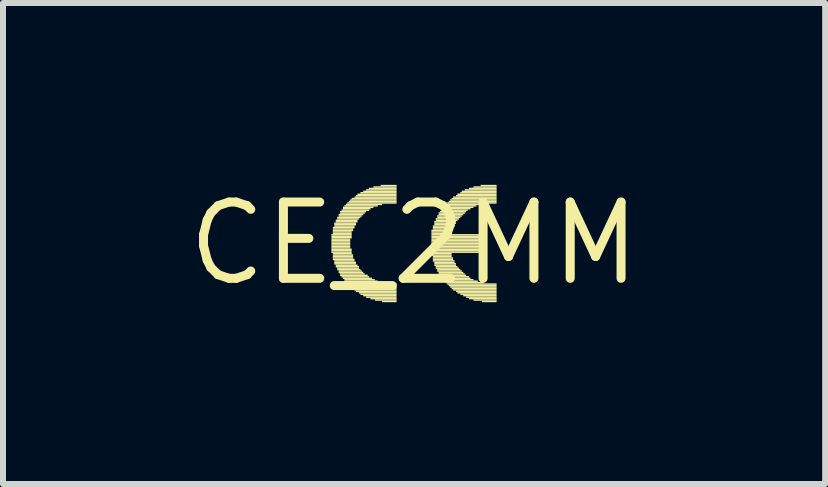
<source format=kicad_pcb>
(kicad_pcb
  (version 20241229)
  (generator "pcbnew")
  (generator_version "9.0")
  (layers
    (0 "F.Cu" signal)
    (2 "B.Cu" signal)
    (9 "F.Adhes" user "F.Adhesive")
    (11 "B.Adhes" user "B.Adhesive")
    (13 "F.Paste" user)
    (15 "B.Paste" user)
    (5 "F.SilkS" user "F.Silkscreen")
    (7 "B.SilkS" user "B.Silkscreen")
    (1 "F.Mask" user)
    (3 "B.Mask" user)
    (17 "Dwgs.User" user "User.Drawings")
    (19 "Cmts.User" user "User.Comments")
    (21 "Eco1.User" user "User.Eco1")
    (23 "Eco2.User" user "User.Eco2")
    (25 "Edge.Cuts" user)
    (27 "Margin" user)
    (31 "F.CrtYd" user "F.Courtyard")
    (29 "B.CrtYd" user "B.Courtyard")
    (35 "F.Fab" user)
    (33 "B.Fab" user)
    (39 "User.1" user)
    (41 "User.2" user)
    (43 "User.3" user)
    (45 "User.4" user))
  (footprint "CE_2MM"
    (layer "F.Cu")
    (at 3.848 1.006)
    (property "Reference" "CE_2MM" (at 0 0 0) (layer "F.SilkS") (effects (font (size 1.27 1.27) (thickness 0.15))))
    (fp_poly (pts (xy -1.378 -0.132) (xy -1.04 -0.132) (xy -1.04 -0.157) (xy -1.378 -0.157)) (stroke (width 0) (type default)) (fill yes) (layer "F.SilkS"))
    (fp_poly (pts (xy -1.378 -0.108) (xy -1.04 -0.108) (xy -1.04 -0.132) (xy -1.378 -0.132)) (stroke (width 0) (type default)) (fill yes) (layer "F.SilkS"))
    (fp_poly (pts (xy -1.378 -0.084) (xy -1.04 -0.084) (xy -1.04 -0.108) (xy -1.378 -0.108)) (stroke (width 0) (type default)) (fill yes) (layer "F.SilkS"))
    (fp_poly (pts (xy -1.378 -0.06) (xy -1.064 -0.06) (xy -1.064 -0.084) (xy -1.378 -0.084)) (stroke (width 0) (type default)) (fill yes) (layer "F.SilkS"))
    (fp_poly (pts (xy -1.378 -0.036) (xy -1.064 -0.036) (xy -1.064 -0.06) (xy -1.378 -0.06)) (stroke (width 0) (type default)) (fill yes) (layer "F.SilkS"))
    (fp_poly (pts (xy -1.378 -0.012) (xy -1.064 -0.012) (xy -1.064 -0.036) (xy -1.378 -0.036)) (stroke (width 0) (type default)) (fill yes) (layer "F.SilkS"))
    (fp_poly (pts (xy -1.378 0.012) (xy -1.064 0.012) (xy -1.064 -0.012) (xy -1.378 -0.012)) (stroke (width 0) (type default)) (fill yes) (layer "F.SilkS"))
    (fp_poly (pts (xy -1.378 0.037) (xy -1.064 0.037) (xy -1.064 0.012) (xy -1.378 0.012)) (stroke (width 0) (type default)) (fill yes) (layer "F.SilkS"))
    (fp_poly (pts (xy -1.378 0.061) (xy -1.064 0.061) (xy -1.064 0.037) (xy -1.378 0.037)) (stroke (width 0) (type default)) (fill yes) (layer "F.SilkS"))
    (fp_poly (pts (xy -1.378 0.085) (xy -1.064 0.085) (xy -1.064 0.061) (xy -1.378 0.061)) (stroke (width 0) (type default)) (fill yes) (layer "F.SilkS"))
    (fp_poly (pts (xy -1.378 0.109) (xy -1.04 0.109) (xy -1.04 0.085) (xy -1.378 0.085)) (stroke (width 0) (type default)) (fill yes) (layer "F.SilkS"))
    (fp_poly (pts (xy -1.378 0.133) (xy -1.04 0.133) (xy -1.04 0.109) (xy -1.378 0.109)) (stroke (width 0) (type default)) (fill yes) (layer "F.SilkS"))
    (fp_poly (pts (xy -1.378 0.157) (xy -1.04 0.157) (xy -1.04 0.133) (xy -1.378 0.133)) (stroke (width 0) (type default)) (fill yes) (layer "F.SilkS"))
    (fp_poly (pts (xy -1.354 -0.253) (xy -0.992 -0.253) (xy -0.992 -0.277) (xy -1.354 -0.277)) (stroke (width 0) (type default)) (fill yes) (layer "F.SilkS"))
    (fp_poly (pts (xy -1.354 -0.229) (xy -1.016 -0.229) (xy -1.016 -0.253) (xy -1.354 -0.253)) (stroke (width 0) (type default)) (fill yes) (layer "F.SilkS"))
    (fp_poly (pts (xy -1.354 -0.205) (xy -1.016 -0.205) (xy -1.016 -0.229) (xy -1.354 -0.229)) (stroke (width 0) (type default)) (fill yes) (layer "F.SilkS"))
    (fp_poly (pts (xy -1.354 -0.181) (xy -1.04 -0.181) (xy -1.04 -0.205) (xy -1.354 -0.205)) (stroke (width 0) (type default)) (fill yes) (layer "F.SilkS"))
    (fp_poly (pts (xy -1.354 -0.157) (xy -1.04 -0.157) (xy -1.04 -0.181) (xy -1.354 -0.181)) (stroke (width 0) (type default)) (fill yes) (layer "F.SilkS"))
    (fp_poly (pts (xy -1.354 0.181) (xy -1.04 0.181) (xy -1.04 0.157) (xy -1.354 0.157)) (stroke (width 0) (type default)) (fill yes) (layer "F.SilkS"))
    (fp_poly (pts (xy -1.354 0.206) (xy -1.016 0.206) (xy -1.016 0.181) (xy -1.354 0.181)) (stroke (width 0) (type default)) (fill yes) (layer "F.SilkS"))
    (fp_poly (pts (xy -1.354 0.23) (xy -1.016 0.23) (xy -1.016 0.206) (xy -1.354 0.206)) (stroke (width 0) (type default)) (fill yes) (layer "F.SilkS"))
    (fp_poly (pts (xy -1.354 0.254) (xy -1.016 0.254) (xy -1.016 0.23) (xy -1.354 0.23)) (stroke (width 0) (type default)) (fill yes) (layer "F.SilkS"))
    (fp_poly (pts (xy -1.354 0.278) (xy -0.992 0.278) (xy -0.992 0.254) (xy -1.354 0.254)) (stroke (width 0) (type default)) (fill yes) (layer "F.SilkS"))
    (fp_poly (pts (xy -1.33 -0.326) (xy -0.968 -0.326) (xy -0.968 -0.35) (xy -1.33 -0.35)) (stroke (width 0) (type default)) (fill yes) (layer "F.SilkS"))
    (fp_poly (pts (xy -1.33 -0.301) (xy -0.968 -0.301) (xy -0.968 -0.326) (xy -1.33 -0.326)) (stroke (width 0) (type default)) (fill yes) (layer "F.SilkS"))
    (fp_poly (pts (xy -1.33 -0.277) (xy -0.992 -0.277) (xy -0.992 -0.301) (xy -1.33 -0.301)) (stroke (width 0) (type default)) (fill yes) (layer "F.SilkS"))
    (fp_poly (pts (xy -1.33 0.302) (xy -0.992 0.302) (xy -0.992 0.278) (xy -1.33 0.278)) (stroke (width 0) (type default)) (fill yes) (layer "F.SilkS"))
    (fp_poly (pts (xy -1.33 0.326) (xy -0.968 0.326) (xy -0.968 0.302) (xy -1.33 0.302)) (stroke (width 0) (type default)) (fill yes) (layer "F.SilkS"))
    (fp_poly (pts (xy -1.33 0.35) (xy -0.968 0.35) (xy -0.968 0.326) (xy -1.33 0.326)) (stroke (width 0) (type default)) (fill yes) (layer "F.SilkS"))
    (fp_poly (pts (xy -1.306 -0.374) (xy -0.943 -0.374) (xy -0.943 -0.398) (xy -1.306 -0.398)) (stroke (width 0) (type default)) (fill yes) (layer "F.SilkS"))
    (fp_poly (pts (xy -1.306 -0.35) (xy -0.943 -0.35) (xy -0.943 -0.374) (xy -1.306 -0.374)) (stroke (width 0) (type default)) (fill yes) (layer "F.SilkS"))
    (fp_poly (pts (xy -1.306 0.374) (xy -0.943 0.374) (xy -0.943 0.35) (xy -1.306 0.35)) (stroke (width 0) (type default)) (fill yes) (layer "F.SilkS"))
    (fp_poly (pts (xy -1.306 0.399) (xy -0.919 0.399) (xy -0.919 0.374) (xy -1.306 0.374)) (stroke (width 0) (type default)) (fill yes) (layer "F.SilkS"))
    (fp_poly (pts (xy -1.281 -0.422) (xy -0.895 -0.422) (xy -0.895 -0.446) (xy -1.281 -0.446)) (stroke (width 0) (type default)) (fill yes) (layer "F.SilkS"))
    (fp_poly (pts (xy -1.281 -0.398) (xy -0.919 -0.398) (xy -0.919 -0.422) (xy -1.281 -0.422)) (stroke (width 0) (type default)) (fill yes) (layer "F.SilkS"))
    (fp_poly (pts (xy -1.281 0.423) (xy -0.919 0.423) (xy -0.919 0.399) (xy -1.281 0.399)) (stroke (width 0) (type default)) (fill yes) (layer "F.SilkS"))
    (fp_poly (pts (xy -1.281 0.447) (xy -0.895 0.447) (xy -0.895 0.423) (xy -1.281 0.423)) (stroke (width 0) (type default)) (fill yes) (layer "F.SilkS"))
    (fp_poly (pts (xy -1.257 -0.47) (xy -0.847 -0.47) (xy -0.847 -0.494) (xy -1.257 -0.494)) (stroke (width 0) (type default)) (fill yes) (layer "F.SilkS"))
    (fp_poly (pts (xy -1.257 -0.446) (xy -0.871 -0.446) (xy -0.871 -0.47) (xy -1.257 -0.47)) (stroke (width 0) (type default)) (fill yes) (layer "F.SilkS"))
    (fp_poly (pts (xy -1.257 0.471) (xy -0.871 0.471) (xy -0.871 0.447) (xy -1.257 0.447)) (stroke (width 0) (type default)) (fill yes) (layer "F.SilkS"))
    (fp_poly (pts (xy -1.257 0.495) (xy -0.847 0.495) (xy -0.847 0.471) (xy -1.257 0.471)) (stroke (width 0) (type default)) (fill yes) (layer "F.SilkS"))
    (fp_poly (pts (xy -1.233 -0.519) (xy -0.799 -0.519) (xy -0.799 -0.543) (xy -1.233 -0.543)) (stroke (width 0) (type default)) (fill yes) (layer "F.SilkS"))
    (fp_poly (pts (xy -1.233 -0.494) (xy -0.823 -0.494) (xy -0.823 -0.519) (xy -1.233 -0.519)) (stroke (width 0) (type default)) (fill yes) (layer "F.SilkS"))
    (fp_poly (pts (xy -1.233 0.519) (xy -0.823 0.519) (xy -0.823 0.495) (xy -1.233 0.495)) (stroke (width 0) (type default)) (fill yes) (layer "F.SilkS"))
    (fp_poly (pts (xy -1.233 0.543) (xy -0.774 0.543) (xy -0.774 0.519) (xy -1.233 0.519)) (stroke (width 0) (type default)) (fill yes) (layer "F.SilkS"))
    (fp_poly (pts (xy -1.209 -0.543) (xy -0.75 -0.543) (xy -0.75 -0.567) (xy -1.209 -0.567)) (stroke (width 0) (type default)) (fill yes) (layer "F.SilkS"))
    (fp_poly (pts (xy -1.209 0.568) (xy -0.75 0.568) (xy -0.75 0.543) (xy -1.209 0.543)) (stroke (width 0) (type default)) (fill yes) (layer "F.SilkS"))
    (fp_poly (pts (xy -1.185 -0.591) (xy -0.678 -0.591) (xy -0.678 -0.615) (xy -1.185 -0.615)) (stroke (width 0) (type default)) (fill yes) (layer "F.SilkS"))
    (fp_poly (pts (xy -1.185 -0.567) (xy -0.726 -0.567) (xy -0.726 -0.591) (xy -1.185 -0.591)) (stroke (width 0) (type default)) (fill yes) (layer "F.SilkS"))
    (fp_poly (pts (xy -1.185 0.592) (xy -0.702 0.592) (xy -0.702 0.568) (xy -1.185 0.568)) (stroke (width 0) (type default)) (fill yes) (layer "F.SilkS"))
    (fp_poly (pts (xy -1.161 -0.615) (xy -0.606 -0.615) (xy -0.606 -0.639) (xy -1.161 -0.639)) (stroke (width 0) (type default)) (fill yes) (layer "F.SilkS"))
    (fp_poly (pts (xy -1.161 0.616) (xy -0.654 0.616) (xy -0.654 0.592) (xy -1.161 0.592)) (stroke (width 0) (type default)) (fill yes) (layer "F.SilkS"))
    (fp_poly (pts (xy -1.161 0.64) (xy -0.606 0.64) (xy -0.606 0.616) (xy -1.161 0.616)) (stroke (width 0) (type default)) (fill yes) (layer "F.SilkS"))
    (fp_poly (pts (xy -1.137 -0.639) (xy -0.533 -0.639) (xy -0.533 -0.663) (xy -1.137 -0.663)) (stroke (width 0) (type default)) (fill yes) (layer "F.SilkS"))
    (fp_poly (pts (xy -1.137 0.664) (xy -0.509 0.664) (xy -0.509 0.64) (xy -1.137 0.64)) (stroke (width 0) (type default)) (fill yes) (layer "F.SilkS"))
    (fp_poly (pts (xy -1.112 -0.663) (xy -0.292 -0.663) (xy -0.292 -0.688) (xy -1.112 -0.688)) (stroke (width 0) (type default)) (fill yes) (layer "F.SilkS"))
    (fp_poly (pts (xy -1.112 0.688) (xy -0.292 0.688) (xy -0.292 0.664) (xy -1.112 0.664)) (stroke (width 0) (type default)) (fill yes) (layer "F.SilkS"))
    (fp_poly (pts (xy -1.088 -0.688) (xy -0.292 -0.688) (xy -0.292 -0.712) (xy -1.088 -0.712)) (stroke (width 0) (type default)) (fill yes) (layer "F.SilkS"))
    (fp_poly (pts (xy -1.088 0.712) (xy -0.292 0.712) (xy -0.292 0.688) (xy -1.088 0.688)) (stroke (width 0) (type default)) (fill yes) (layer "F.SilkS"))
    (fp_poly (pts (xy -1.064 -0.712) (xy -0.292 -0.712) (xy -0.292 -0.736) (xy -1.064 -0.736)) (stroke (width 0) (type default)) (fill yes) (layer "F.SilkS"))
    (fp_poly (pts (xy -1.064 0.737) (xy -0.292 0.737) (xy -0.292 0.712) (xy -1.064 0.712)) (stroke (width 0) (type default)) (fill yes) (layer "F.SilkS"))
    (fp_poly (pts (xy -1.04 -0.736) (xy -0.292 -0.736) (xy -0.292 -0.76) (xy -1.04 -0.76)) (stroke (width 0) (type default)) (fill yes) (layer "F.SilkS"))
    (fp_poly (pts (xy -1.016 0.761) (xy -0.292 0.761) (xy -0.292 0.737) (xy -1.016 0.737)) (stroke (width 0) (type default)) (fill yes) (layer "F.SilkS"))
    (fp_poly (pts (xy -0.992 -0.76) (xy -0.292 -0.76) (xy -0.292 -0.784) (xy -0.992 -0.784)) (stroke (width 0) (type default)) (fill yes) (layer "F.SilkS"))
    (fp_poly (pts (xy -0.992 0.785) (xy -0.292 0.785) (xy -0.292 0.761) (xy -0.992 0.761)) (stroke (width 0) (type default)) (fill yes) (layer "F.SilkS"))
    (fp_poly (pts (xy -0.968 -0.784) (xy -0.292 -0.784) (xy -0.292 -0.808) (xy -0.968 -0.808)) (stroke (width 0) (type default)) (fill yes) (layer "F.SilkS"))
    (fp_poly (pts (xy -0.968 0.809) (xy -0.292 0.809) (xy -0.292 0.785) (xy -0.968 0.785)) (stroke (width 0) (type default)) (fill yes) (layer "F.SilkS"))
    (fp_poly (pts (xy -0.943 -0.808) (xy -0.292 -0.808) (xy -0.292 -0.832) (xy -0.943 -0.832)) (stroke (width 0) (type default)) (fill yes) (layer "F.SilkS"))
    (fp_poly (pts (xy -0.919 0.833) (xy -0.292 0.833) (xy -0.292 0.809) (xy -0.919 0.809)) (stroke (width 0) (type default)) (fill yes) (layer "F.SilkS"))
    (fp_poly (pts (xy -0.895 -0.832) (xy -0.292 -0.832) (xy -0.292 -0.857) (xy -0.895 -0.857)) (stroke (width 0) (type default)) (fill yes) (layer "F.SilkS"))
    (fp_poly (pts (xy -0.895 0.857) (xy -0.292 0.857) (xy -0.292 0.833) (xy -0.895 0.833)) (stroke (width 0) (type default)) (fill yes) (layer "F.SilkS"))
    (fp_poly (pts (xy -0.847 -0.857) (xy -0.292 -0.857) (xy -0.292 -0.881) (xy -0.847 -0.881)) (stroke (width 0) (type default)) (fill yes) (layer "F.SilkS"))
    (fp_poly (pts (xy -0.847 0.881) (xy -0.292 0.881) (xy -0.292 0.857) (xy -0.847 0.857)) (stroke (width 0) (type default)) (fill yes) (layer "F.SilkS"))
    (fp_poly (pts (xy -0.799 -0.881) (xy -0.292 -0.881) (xy -0.292 -0.905) (xy -0.799 -0.905)) (stroke (width 0) (type default)) (fill yes) (layer "F.SilkS"))
    (fp_poly (pts (xy -0.799 0.906) (xy -0.292 0.906) (xy -0.292 0.881) (xy -0.799 0.881)) (stroke (width 0) (type default)) (fill yes) (layer "F.SilkS"))
    (fp_poly (pts (xy -0.75 -0.905) (xy -0.292 -0.905) (xy -0.292 -0.929) (xy -0.75 -0.929)) (stroke (width 0) (type default)) (fill yes) (layer "F.SilkS"))
    (fp_poly (pts (xy -0.726 0.93) (xy -0.292 0.93) (xy -0.292 0.906) (xy -0.726 0.906)) (stroke (width 0) (type default)) (fill yes) (layer "F.SilkS"))
    (fp_poly (pts (xy -0.678 -0.929) (xy -0.292 -0.929) (xy -0.292 -0.953) (xy -0.678 -0.953)) (stroke (width 0) (type default)) (fill yes) (layer "F.SilkS"))
    (fp_poly (pts (xy -0.654 0.954) (xy -0.292 0.954) (xy -0.292 0.93) (xy -0.654 0.93)) (stroke (width 0) (type default)) (fill yes) (layer "F.SilkS"))
    (fp_poly (pts (xy -0.557 -0.953) (xy -0.292 -0.953) (xy -0.292 -0.977) (xy -0.557 -0.977)) (stroke (width 0) (type default)) (fill yes) (layer "F.SilkS"))
    (fp_poly (pts (xy -0.533 0.978) (xy -0.292 0.978) (xy -0.292 0.954) (xy -0.533 0.954)) (stroke (width 0) (type default)) (fill yes) (layer "F.SilkS"))
    (fp_poly (pts (xy 0.288 -0.205) (xy 0.625 -0.205) (xy 0.625 -0.229) (xy 0.288 -0.229)) (stroke (width 0) (type default)) (fill yes) (layer "F.SilkS"))
    (fp_poly (pts (xy 0.288 -0.181) (xy 0.625 -0.181) (xy 0.625 -0.205) (xy 0.288 -0.205)) (stroke (width 0) (type default)) (fill yes) (layer "F.SilkS"))
    (fp_poly (pts (xy 0.288 -0.157) (xy 0.625 -0.157) (xy 0.625 -0.181) (xy 0.288 -0.181)) (stroke (width 0) (type default)) (fill yes) (layer "F.SilkS"))
    (fp_poly (pts (xy 0.288 -0.132) (xy 1.181 -0.132) (xy 1.181 -0.157) (xy 0.288 -0.157)) (stroke (width 0) (type default)) (fill yes) (layer "F.SilkS"))
    (fp_poly (pts (xy 0.288 -0.108) (xy 1.181 -0.108) (xy 1.181 -0.132) (xy 0.288 -0.132)) (stroke (width 0) (type default)) (fill yes) (layer "F.SilkS"))
    (fp_poly (pts (xy 0.288 -0.084) (xy 1.181 -0.084) (xy 1.181 -0.108) (xy 0.288 -0.108)) (stroke (width 0) (type default)) (fill yes) (layer "F.SilkS"))
    (fp_poly (pts (xy 0.288 -0.06) (xy 1.181 -0.06) (xy 1.181 -0.084) (xy 0.288 -0.084)) (stroke (width 0) (type default)) (fill yes) (layer "F.SilkS"))
    (fp_poly (pts (xy 0.288 -0.036) (xy 1.181 -0.036) (xy 1.181 -0.06) (xy 0.288 -0.06)) (stroke (width 0) (type default)) (fill yes) (layer "F.SilkS"))
    (fp_poly (pts (xy 0.288 -0.012) (xy 1.181 -0.012) (xy 1.181 -0.036) (xy 0.288 -0.036)) (stroke (width 0) (type default)) (fill yes) (layer "F.SilkS"))
    (fp_poly (pts (xy 0.288 0.012) (xy 1.181 0.012) (xy 1.181 -0.012) (xy 0.288 -0.012)) (stroke (width 0) (type default)) (fill yes) (layer "F.SilkS"))
    (fp_poly (pts (xy 0.288 0.037) (xy 1.181 0.037) (xy 1.181 0.012) (xy 0.288 0.012)) (stroke (width 0) (type default)) (fill yes) (layer "F.SilkS"))
    (fp_poly (pts (xy 0.288 0.061) (xy 1.181 0.061) (xy 1.181 0.037) (xy 0.288 0.037)) (stroke (width 0) (type default)) (fill yes) (layer "F.SilkS"))
    (fp_poly (pts (xy 0.288 0.085) (xy 1.181 0.085) (xy 1.181 0.061) (xy 0.288 0.061)) (stroke (width 0) (type default)) (fill yes) (layer "F.SilkS"))
    (fp_poly (pts (xy 0.288 0.109) (xy 1.181 0.109) (xy 1.181 0.085) (xy 0.288 0.085)) (stroke (width 0) (type default)) (fill yes) (layer "F.SilkS"))
    (fp_poly (pts (xy 0.288 0.133) (xy 1.181 0.133) (xy 1.181 0.109) (xy 0.288 0.109)) (stroke (width 0) (type default)) (fill yes) (layer "F.SilkS"))
    (fp_poly (pts (xy 0.288 0.157) (xy 1.181 0.157) (xy 1.181 0.133) (xy 0.288 0.133)) (stroke (width 0) (type default)) (fill yes) (layer "F.SilkS"))
    (fp_poly (pts (xy 0.288 0.181) (xy 0.625 0.181) (xy 0.625 0.157) (xy 0.288 0.157)) (stroke (width 0) (type default)) (fill yes) (layer "F.SilkS"))
    (fp_poly (pts (xy 0.288 0.206) (xy 0.625 0.206) (xy 0.625 0.181) (xy 0.288 0.181)) (stroke (width 0) (type default)) (fill yes) (layer "F.SilkS"))
    (fp_poly (pts (xy 0.312 -0.277) (xy 0.674 -0.277) (xy 0.674 -0.301) (xy 0.312 -0.301)) (stroke (width 0) (type default)) (fill yes) (layer "F.SilkS"))
    (fp_poly (pts (xy 0.312 -0.253) (xy 0.65 -0.253) (xy 0.65 -0.277) (xy 0.312 -0.277)) (stroke (width 0) (type default)) (fill yes) (layer "F.SilkS"))
    (fp_poly (pts (xy 0.312 -0.229) (xy 0.65 -0.229) (xy 0.65 -0.253) (xy 0.312 -0.253)) (stroke (width 0) (type default)) (fill yes) (layer "F.SilkS"))
    (fp_poly (pts (xy 0.312 0.23) (xy 0.625 0.23) (xy 0.625 0.206) (xy 0.312 0.206)) (stroke (width 0) (type default)) (fill yes) (layer "F.SilkS"))
    (fp_poly (pts (xy 0.312 0.254) (xy 0.65 0.254) (xy 0.65 0.23) (xy 0.312 0.23)) (stroke (width 0) (type default)) (fill yes) (layer "F.SilkS"))
    (fp_poly (pts (xy 0.312 0.278) (xy 0.65 0.278) (xy 0.65 0.254) (xy 0.312 0.254)) (stroke (width 0) (type default)) (fill yes) (layer "F.SilkS"))
    (fp_poly (pts (xy 0.312 0.302) (xy 0.674 0.302) (xy 0.674 0.278) (xy 0.312 0.278)) (stroke (width 0) (type default)) (fill yes) (layer "F.SilkS"))
    (fp_poly (pts (xy 0.336 -0.35) (xy 0.698 -0.35) (xy 0.698 -0.374) (xy 0.336 -0.374)) (stroke (width 0) (type default)) (fill yes) (layer "F.SilkS"))
    (fp_poly (pts (xy 0.336 -0.326) (xy 0.698 -0.326) (xy 0.698 -0.35) (xy 0.336 -0.35)) (stroke (width 0) (type default)) (fill yes) (layer "F.SilkS"))
    (fp_poly (pts (xy 0.336 -0.301) (xy 0.674 -0.301) (xy 0.674 -0.326) (xy 0.336 -0.326)) (stroke (width 0) (type default)) (fill yes) (layer "F.SilkS"))
    (fp_poly (pts (xy 0.336 0.326) (xy 0.674 0.326) (xy 0.674 0.302) (xy 0.336 0.302)) (stroke (width 0) (type default)) (fill yes) (layer "F.SilkS"))
    (fp_poly (pts (xy 0.336 0.35) (xy 0.698 0.35) (xy 0.698 0.326) (xy 0.336 0.326)) (stroke (width 0) (type default)) (fill yes) (layer "F.SilkS"))
    (fp_poly (pts (xy 0.336 0.374) (xy 0.698 0.374) (xy 0.698 0.35) (xy 0.336 0.35)) (stroke (width 0) (type default)) (fill yes) (layer "F.SilkS"))
    (fp_poly (pts (xy 0.36 -0.398) (xy 0.746 -0.398) (xy 0.746 -0.422) (xy 0.36 -0.422)) (stroke (width 0) (type default)) (fill yes) (layer "F.SilkS"))
    (fp_poly (pts (xy 0.36 -0.374) (xy 0.722 -0.374) (xy 0.722 -0.398) (xy 0.36 -0.398)) (stroke (width 0) (type default)) (fill yes) (layer "F.SilkS"))
    (fp_poly (pts (xy 0.36 0.399) (xy 0.722 0.399) (xy 0.722 0.374) (xy 0.36 0.374)) (stroke (width 0) (type default)) (fill yes) (layer "F.SilkS"))
    (fp_poly (pts (xy 0.36 0.423) (xy 0.746 0.423) (xy 0.746 0.399) (xy 0.36 0.399)) (stroke (width 0) (type default)) (fill yes) (layer "F.SilkS"))
    (fp_poly (pts (xy 0.384 -0.446) (xy 0.794 -0.446) (xy 0.794 -0.47) (xy 0.384 -0.47)) (stroke (width 0) (type default)) (fill yes) (layer "F.SilkS"))
    (fp_poly (pts (xy 0.384 -0.422) (xy 0.77 -0.422) (xy 0.77 -0.446) (xy 0.384 -0.446)) (stroke (width 0) (type default)) (fill yes) (layer "F.SilkS"))
    (fp_poly (pts (xy 0.384 0.447) (xy 0.77 0.447) (xy 0.77 0.423) (xy 0.384 0.423)) (stroke (width 0) (type default)) (fill yes) (layer "F.SilkS"))
    (fp_poly (pts (xy 0.384 0.471) (xy 0.794 0.471) (xy 0.794 0.447) (xy 0.384 0.447)) (stroke (width 0) (type default)) (fill yes) (layer "F.SilkS"))
    (fp_poly (pts (xy 0.408 -0.494) (xy 0.843 -0.494) (xy 0.843 -0.519) (xy 0.408 -0.519)) (stroke (width 0) (type default)) (fill yes) (layer "F.SilkS"))
    (fp_poly (pts (xy 0.408 -0.47) (xy 0.819 -0.47) (xy 0.819 -0.494) (xy 0.408 -0.494)) (stroke (width 0) (type default)) (fill yes) (layer "F.SilkS"))
    (fp_poly (pts (xy 0.408 0.495) (xy 0.819 0.495) (xy 0.819 0.471) (xy 0.408 0.471)) (stroke (width 0) (type default)) (fill yes) (layer "F.SilkS"))
    (fp_poly (pts (xy 0.408 0.519) (xy 0.843 0.519) (xy 0.843 0.495) (xy 0.408 0.495)) (stroke (width 0) (type default)) (fill yes) (layer "F.SilkS"))
    (fp_poly (pts (xy 0.432 -0.519) (xy 0.867 -0.519) (xy 0.867 -0.543) (xy 0.432 -0.543)) (stroke (width 0) (type default)) (fill yes) (layer "F.SilkS"))
    (fp_poly (pts (xy 0.432 0.543) (xy 0.867 0.543) (xy 0.867 0.519) (xy 0.432 0.519)) (stroke (width 0) (type default)) (fill yes) (layer "F.SilkS"))
    (fp_poly (pts (xy 0.457 -0.567) (xy 0.939 -0.567) (xy 0.939 -0.591) (xy 0.457 -0.591)) (stroke (width 0) (type default)) (fill yes) (layer "F.SilkS"))
    (fp_poly (pts (xy 0.457 -0.543) (xy 0.891 -0.543) (xy 0.891 -0.567) (xy 0.457 -0.567)) (stroke (width 0) (type default)) (fill yes) (layer "F.SilkS"))
    (fp_poly (pts (xy 0.457 0.568) (xy 0.915 0.568) (xy 0.915 0.543) (xy 0.457 0.543)) (stroke (width 0) (type default)) (fill yes) (layer "F.SilkS"))
    (fp_poly (pts (xy 0.457 0.592) (xy 0.939 0.592) (xy 0.939 0.568) (xy 0.457 0.568)) (stroke (width 0) (type default)) (fill yes) (layer "F.SilkS"))
    (fp_poly (pts (xy 0.481 -0.591) (xy 0.988 -0.591) (xy 0.988 -0.615) (xy 0.481 -0.615)) (stroke (width 0) (type default)) (fill yes) (layer "F.SilkS"))
    (fp_poly (pts (xy 0.481 0.616) (xy 0.988 0.616) (xy 0.988 0.592) (xy 0.481 0.592)) (stroke (width 0) (type default)) (fill yes) (layer "F.SilkS"))
    (fp_poly (pts (xy 0.505 -0.615) (xy 1.036 -0.615) (xy 1.036 -0.639) (xy 0.505 -0.639)) (stroke (width 0) (type default)) (fill yes) (layer "F.SilkS"))
    (fp_poly (pts (xy 0.505 0.64) (xy 1.06 0.64) (xy 1.06 0.616) (xy 0.505 0.616)) (stroke (width 0) (type default)) (fill yes) (layer "F.SilkS"))
    (fp_poly (pts (xy 0.529 -0.639) (xy 1.132 -0.639) (xy 1.132 -0.663) (xy 0.529 -0.663)) (stroke (width 0) (type default)) (fill yes) (layer "F.SilkS"))
    (fp_poly (pts (xy 0.529 0.664) (xy 1.157 0.664) (xy 1.157 0.64) (xy 0.529 0.64)) (stroke (width 0) (type default)) (fill yes) (layer "F.SilkS"))
    (fp_poly (pts (xy 0.553 -0.663) (xy 1.374 -0.663) (xy 1.374 -0.688) (xy 0.553 -0.688)) (stroke (width 0) (type default)) (fill yes) (layer "F.SilkS"))
    (fp_poly (pts (xy 0.553 0.688) (xy 1.374 0.688) (xy 1.374 0.664) (xy 0.553 0.664)) (stroke (width 0) (type default)) (fill yes) (layer "F.SilkS"))
    (fp_poly (pts (xy 0.577 -0.688) (xy 1.374 -0.688) (xy 1.374 -0.712) (xy 0.577 -0.712)) (stroke (width 0) (type default)) (fill yes) (layer "F.SilkS"))
    (fp_poly (pts (xy 0.577 0.712) (xy 1.374 0.712) (xy 1.374 0.688) (xy 0.577 0.688)) (stroke (width 0) (type default)) (fill yes) (layer "F.SilkS"))
    (fp_poly (pts (xy 0.601 -0.712) (xy 1.374 -0.712) (xy 1.374 -0.736) (xy 0.601 -0.736)) (stroke (width 0) (type default)) (fill yes) (layer "F.SilkS"))
    (fp_poly (pts (xy 0.601 0.737) (xy 1.374 0.737) (xy 1.374 0.712) (xy 0.601 0.712)) (stroke (width 0) (type default)) (fill yes) (layer "F.SilkS"))
    (fp_poly (pts (xy 0.625 -0.736) (xy 1.374 -0.736) (xy 1.374 -0.76) (xy 0.625 -0.76)) (stroke (width 0) (type default)) (fill yes) (layer "F.SilkS"))
    (fp_poly (pts (xy 0.625 0.761) (xy 1.374 0.761) (xy 1.374 0.737) (xy 0.625 0.737)) (stroke (width 0) (type default)) (fill yes) (layer "F.SilkS"))
    (fp_poly (pts (xy 0.65 -0.76) (xy 1.374 -0.76) (xy 1.374 -0.784) (xy 0.65 -0.784)) (stroke (width 0) (type default)) (fill yes) (layer "F.SilkS"))
    (fp_poly (pts (xy 0.65 0.785) (xy 1.374 0.785) (xy 1.374 0.761) (xy 0.65 0.761)) (stroke (width 0) (type default)) (fill yes) (layer "F.SilkS"))
    (fp_poly (pts (xy 0.698 -0.784) (xy 1.374 -0.784) (xy 1.374 -0.808) (xy 0.698 -0.808)) (stroke (width 0) (type default)) (fill yes) (layer "F.SilkS"))
    (fp_poly (pts (xy 0.698 0.809) (xy 1.374 0.809) (xy 1.374 0.785) (xy 0.698 0.785)) (stroke (width 0) (type default)) (fill yes) (layer "F.SilkS"))
    (fp_poly (pts (xy 0.722 -0.808) (xy 1.374 -0.808) (xy 1.374 -0.832) (xy 0.722 -0.832)) (stroke (width 0) (type default)) (fill yes) (layer "F.SilkS"))
    (fp_poly (pts (xy 0.722 0.833) (xy 1.374 0.833) (xy 1.374 0.809) (xy 0.722 0.809)) (stroke (width 0) (type default)) (fill yes) (layer "F.SilkS"))
    (fp_poly (pts (xy 0.77 -0.832) (xy 1.374 -0.832) (xy 1.374 -0.857) (xy 0.77 -0.857)) (stroke (width 0) (type default)) (fill yes) (layer "F.SilkS"))
    (fp_poly (pts (xy 0.77 0.857) (xy 1.374 0.857) (xy 1.374 0.833) (xy 0.77 0.833)) (stroke (width 0) (type default)) (fill yes) (layer "F.SilkS"))
    (fp_poly (pts (xy 0.794 -0.857) (xy 1.374 -0.857) (xy 1.374 -0.881) (xy 0.794 -0.881)) (stroke (width 0) (type default)) (fill yes) (layer "F.SilkS"))
    (fp_poly (pts (xy 0.819 0.881) (xy 1.374 0.881) (xy 1.374 0.857) (xy 0.819 0.857)) (stroke (width 0) (type default)) (fill yes) (layer "F.SilkS"))
    (fp_poly (pts (xy 0.843 -0.881) (xy 1.374 -0.881) (xy 1.374 -0.905) (xy 0.843 -0.905)) (stroke (width 0) (type default)) (fill yes) (layer "F.SilkS"))
    (fp_poly (pts (xy 0.867 0.906) (xy 1.374 0.906) (xy 1.374 0.881) (xy 0.867 0.881)) (stroke (width 0) (type default)) (fill yes) (layer "F.SilkS"))
    (fp_poly (pts (xy 0.915 -0.905) (xy 1.374 -0.905) (xy 1.374 -0.929) (xy 0.915 -0.929)) (stroke (width 0) (type default)) (fill yes) (layer "F.SilkS"))
    (fp_poly (pts (xy 0.915 0.93) (xy 1.374 0.93) (xy 1.374 0.906) (xy 0.915 0.906)) (stroke (width 0) (type default)) (fill yes) (layer "F.SilkS"))
    (fp_poly (pts (xy 0.988 -0.929) (xy 1.374 -0.929) (xy 1.374 -0.953) (xy 0.988 -0.953)) (stroke (width 0) (type default)) (fill yes) (layer "F.SilkS"))
    (fp_poly (pts (xy 0.988 0.954) (xy 1.374 0.954) (xy 1.374 0.93) (xy 0.988 0.93)) (stroke (width 0) (type default)) (fill yes) (layer "F.SilkS"))
    (fp_poly (pts (xy 1.108 -0.953) (xy 1.374 -0.953) (xy 1.374 -0.977) (xy 1.108 -0.977)) (stroke (width 0) (type default)) (fill yes) (layer "F.SilkS"))
    (fp_poly (pts (xy 1.132 0.978) (xy 1.374 0.978) (xy 1.374 0.954) (xy 1.132 0.954)) (stroke (width 0) (type default)) (fill yes) (layer "F.SilkS")))
  (gr_rect
    (start -3 -3)
    (end 10.695 5.012)
    (stroke (width 0.1) (type default))
    (fill no)
    (layer "Edge.Cuts")))
</source>
